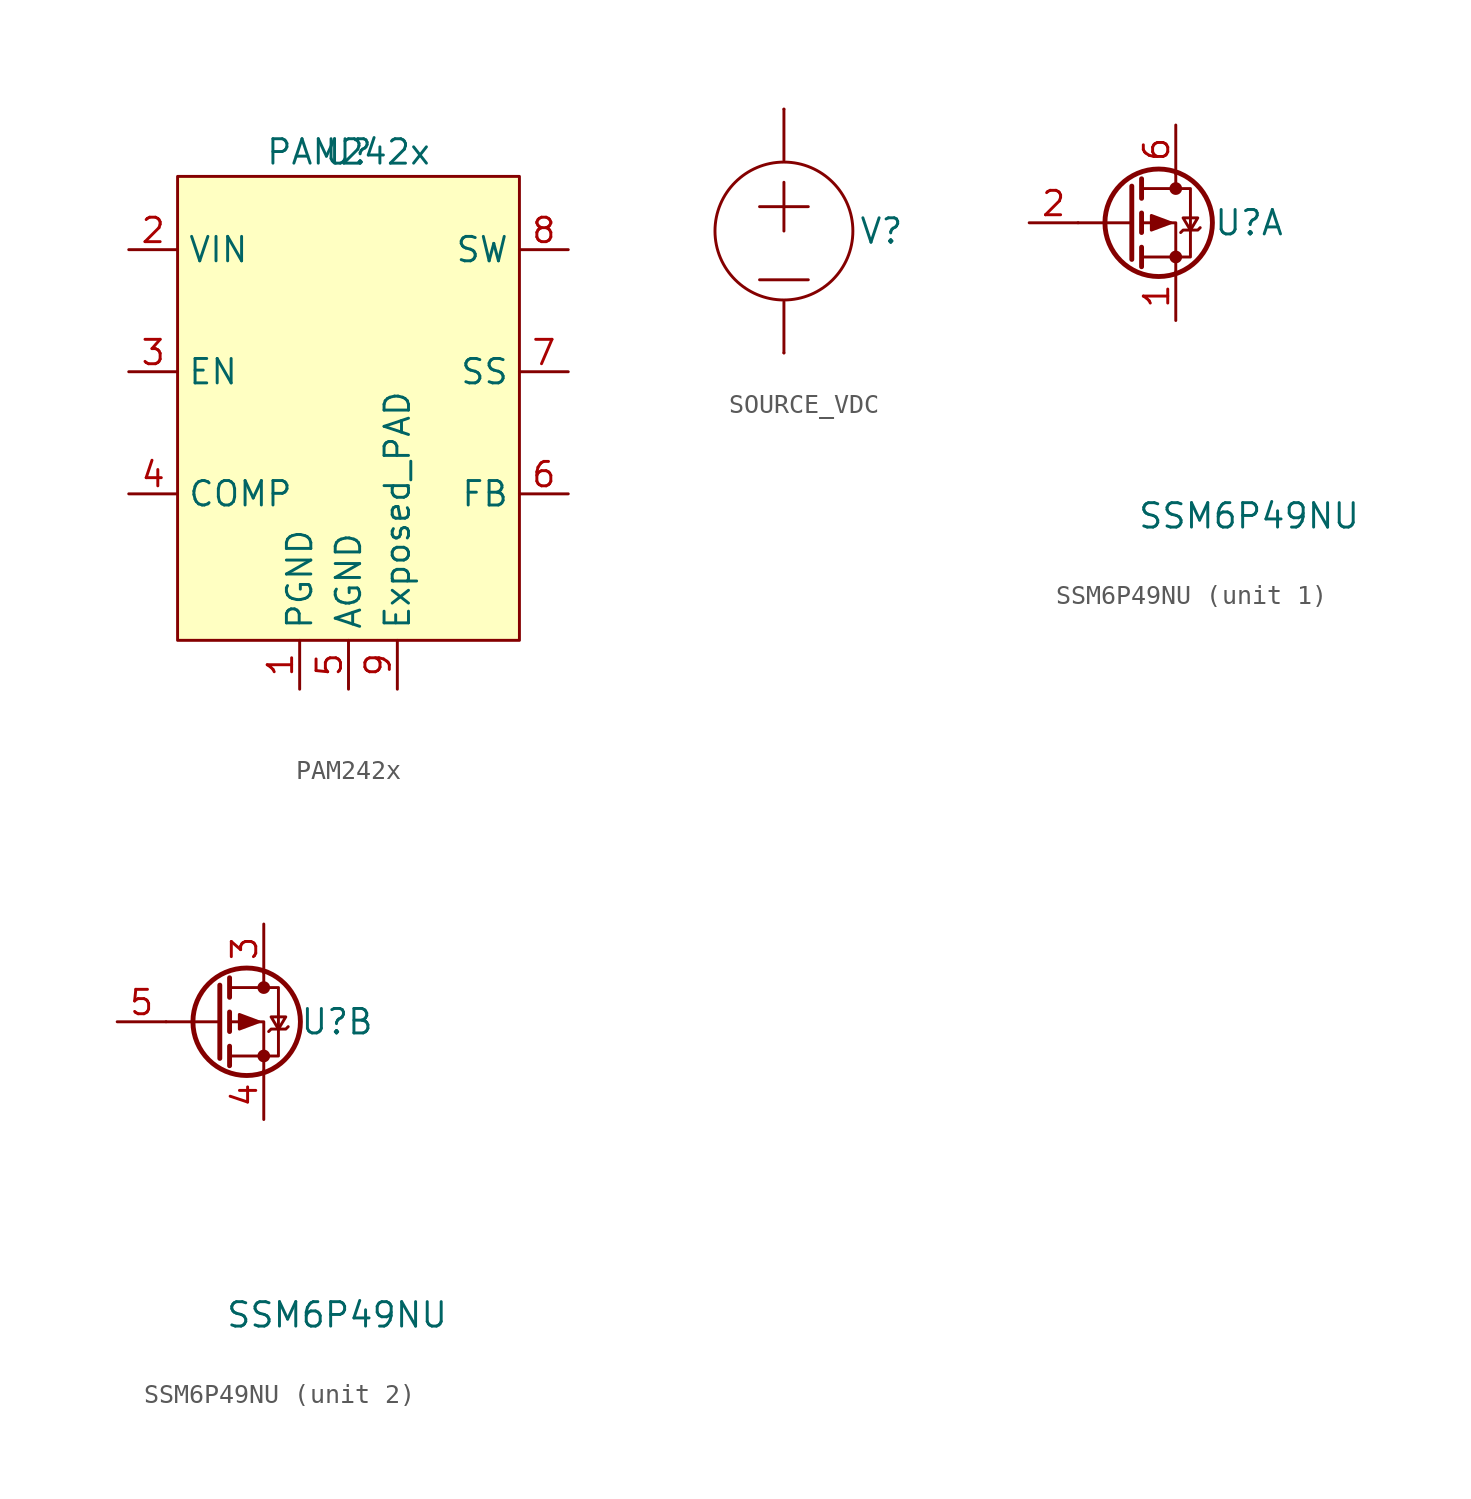
<source format=kicad_sym>
(kicad_symbol_lib
  (version 20220914)
  (generator kicad_symbol_editor)
  (symbol "PAM242x"
    (property "Reference" "U"
      (at 0 1.27 0)
      (effects (font (size 1.27 1.27))))
    (property "Value" "PAM242x"
      (at 0 1.27 0)
      (effects (font (size 1.27 1.27))))
    (symbol "PAM242x_1_1"
      (rectangle (start -8.89 0) (end 8.89 -24.13) (stroke (width 0) (type default)) (fill (type background)))
      (pin power_out line (at -2.54 -26.67 90) (length 2.54) (name "PGND" (effects (font (size 1.27 1.27)))) (number "1" (effects (font (size 1.27 1.27)))))
      (pin power_in line (at -11.43 -3.81 0) (length 2.54) (name "VIN" (effects (font (size 1.27 1.27)))) (number "2" (effects (font (size 1.27 1.27)))))
      (pin input line (at -11.43 -10.16 0) (length 2.54) (name "EN" (effects (font (size 1.27 1.27)))) (number "3" (effects (font (size 1.27 1.27)))))
      (pin bidirectional line (at -11.43 -16.51 0) (length 2.54) (name "COMP" (effects (font (size 1.27 1.27)))) (number "4" (effects (font (size 1.27 1.27)))))
      (pin power_out line (at 0 -26.67 90) (length 2.54) (name "AGND" (effects (font (size 1.27 1.27)))) (number "5" (effects (font (size 1.27 1.27)))))
      (pin input line (at 11.43 -16.51 180) (length 2.54) (name "FB" (effects (font (size 1.27 1.27)))) (number "6" (effects (font (size 1.27 1.27)))))
      (pin input line (at 11.43 -10.16 180) (length 2.54) (name "SS" (effects (font (size 1.27 1.27)))) (number "7" (effects (font (size 1.27 1.27)))))
      (pin output line (at 11.43 -3.81 180) (length 2.54) (name "SW" (effects (font (size 1.27 1.27)))) (number "8" (effects (font (size 1.27 1.27)))))
      (pin bidirectional line (at 2.54 -26.67 90) (length 2.54) (name "Exposed_PAD" (effects (font (size 1.27 1.27)))) (number "9" (effects (font (size 1.27 1.27)))))))
  (symbol "SOURCE_VDC"
    (property "Reference" "V"
      (at 5.08 0 0)
      (effects (font (size 1.27 1.27))))
    (property "Value" ""
      (at 0 5.08 0)
      (effects (font (size 1.27 1.27))))
    (symbol "SOURCE_VDC_0_1"
      (polyline (pts (xy -1.27 -2.54) (xy 1.27 -2.54)) (stroke (width 0) (type default)) (fill (type none)))
      (polyline (pts (xy -1.27 1.27) (xy 1.27 1.27)) (stroke (width 0) (type default)) (fill (type none)))
      (polyline (pts (xy 0 -3.683) (xy 0 -6.35)) (stroke (width 0) (type default)) (fill (type none)))
      (polyline (pts (xy 0 2.54) (xy 0 0)) (stroke (width 0) (type default)) (fill (type none)))
      (polyline (pts (xy 0 6.35) (xy 0 3.683)) (stroke (width 0) (type default)) (fill (type none))))
    (symbol "SOURCE_VDC_1_1"
      (circle (center 0 0) (radius 3.592) (stroke (width 0) (type default)) (fill (type none)))
      (pin power_out line (at 0 -6.35 90) (length 0) (name "" (effects (font (size 1.27 1.27)))) (number "" (effects (font (size 1.27 1.27)))))
      (pin power_out line (at 0 6.35 270) (length 0) (name "" (effects (font (size 1.27 1.27)))) (number "" (effects (font (size 1.27 1.27)))))))
  (symbol "SSM6P49NU"
    (pin_names hide)
    (property "Reference" "U"
      (at 0 0 0)
      (effects (font (size 1.27 1.27))))
    (property "Value" "SSM6P49NU"
      (at 0 -15.24 0)
      (effects (font (size 1.27 1.27))))
    (property "ki_locked" ""
      (at 0 0 0)
      (effects (font (size 1.27 1.27))))
    (symbol "SSM6P49NU_0_1"
      (circle (center -4.699 0) (radius 2.794) (stroke (width 0.254) (type default)) (fill (type none)))
      (circle (center -3.81 -1.778) (radius 0.254) (stroke (width 0) (type default)) (fill (type outline)))
      (circle (center -3.81 1.778) (radius 0.254) (stroke (width 0) (type default)) (fill (type outline)))
      (polyline (pts (xy -6.096 0) (xy -8.89 0)) (stroke (width 0) (type default)) (fill (type none)))
      (polyline (pts (xy -6.096 1.905) (xy -6.096 -1.905)) (stroke (width 0.254) (type default)) (fill (type none)))
      (polyline (pts (xy -5.588 -1.27) (xy -5.588 -2.286)) (stroke (width 0.254) (type default)) (fill (type none)))
      (polyline (pts (xy -5.588 0.508) (xy -5.588 -0.508)) (stroke (width 0.254) (type default)) (fill (type none)))
      (polyline (pts (xy -5.588 2.286) (xy -5.588 1.27)) (stroke (width 0.254) (type default)) (fill (type none)))
      (polyline (pts (xy -3.81 2.54) (xy -3.81 1.778)) (stroke (width 0) (type default)) (fill (type none)))
      (polyline (pts (xy -3.81 -2.54) (xy -3.81 0) (xy -5.588 0)) (stroke (width 0) (type default)) (fill (type none)))
      (polyline (pts (xy -5.588 1.778) (xy -3.048 1.778) (xy -3.048 -1.778) (xy -5.588 -1.778)) (stroke (width 0) (type default)) (fill (type none)))
      (polyline (pts (xy -4.064 0) (xy -5.08 0.381) (xy -5.08 -0.381) (xy -4.064 0)) (stroke (width 0) (type default)) (fill (type outline)))
      (polyline (pts (xy -3.556 -0.508) (xy -3.429 -0.381) (xy -2.667 -0.381) (xy -2.54 -0.254)) (stroke (width 0) (type default)) (fill (type none)))
      (polyline (pts (xy -3.048 -0.381) (xy -3.429 0.254) (xy -2.667 0.254) (xy -3.048 -0.381)) (stroke (width 0) (type default)) (fill (type none))))
    (symbol "SSM6P49NU_1_1"
      (pin passive line (at -3.81 -5.08 90) (length 2.54) (name "S" (effects (font (size 1.27 1.27)))) (number "1" (effects (font (size 1.27 1.27)))))
      (pin input line (at -11.43 0 0) (length 2.54) (name "G" (effects (font (size 1.27 1.27)))) (number "2" (effects (font (size 1.27 1.27)))))
      (pin passive line (at -3.81 5.08 270) (length 2.54) (name "D" (effects (font (size 1.27 1.27)))) (number "6" (effects (font (size 1.27 1.27))))))
    (symbol "SSM6P49NU_2_1"
      (pin passive line (at -3.81 5.08 270) (length 2.54) (name "D" (effects (font (size 1.27 1.27)))) (number "3" (effects (font (size 1.27 1.27)))))
      (pin passive line (at -3.81 -5.08 90) (length 2.54) (name "S" (effects (font (size 1.27 1.27)))) (number "4" (effects (font (size 1.27 1.27)))))
      (pin input line (at -11.43 0 0) (length 2.54) (name "G" (effects (font (size 1.27 1.27)))) (number "5" (effects (font (size 1.27 1.27))))))))
</source>
